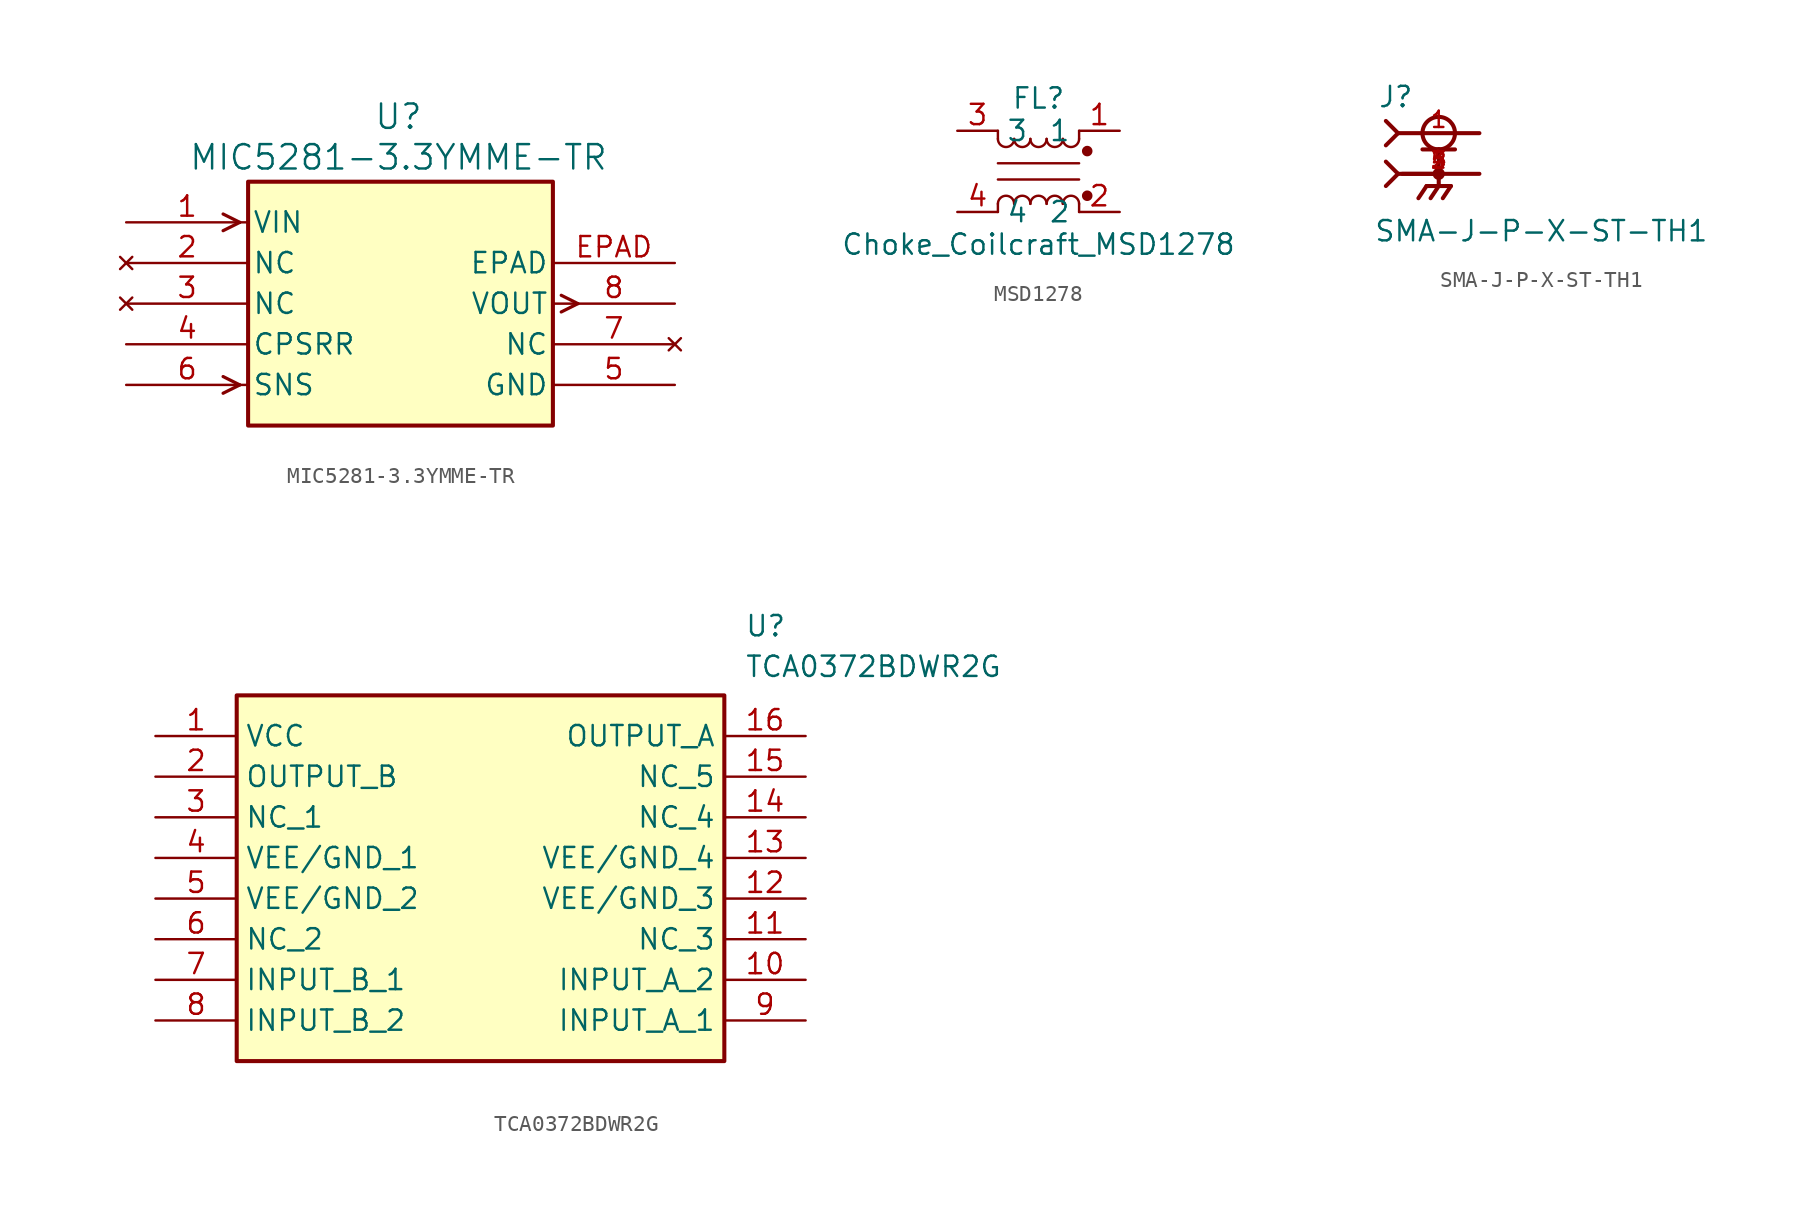
<source format=kicad_sym>
(kicad_symbol_lib
  (version 20241209)
  (generator "kicad_symbol_editor")
  (generator_version "9.0")
  (symbol "MIC5281-3.3YMME-TR"
    (pin_names
      (offset 0.254))
    (property "Reference" "U"
      (at 29.718 20.574 0)
      (effects (font (size 1.524 1.524))))
    (property "Value" "MIC5281-3.3YMME-TR"
      (at 29.718 18.034 0)
      (effects (font (size 1.524 1.524))))
    (symbol "MIC5281-3.3YMME-TR_0_1"
      (polyline (pts (xy 19.799 13.97) (xy 18.758 14.491)) (stroke (width 0.203) (type default)) (fill (type none)))
      (polyline (pts (xy 19.799 13.97) (xy 18.758 13.449)) (stroke (width 0.203) (type default)) (fill (type none)))
      (polyline (pts (xy 19.799 3.81) (xy 18.758 4.331)) (stroke (width 0.203) (type default)) (fill (type none)))
      (polyline (pts (xy 19.799 3.81) (xy 18.758 3.289)) (stroke (width 0.203) (type default)) (fill (type none)))
      (polyline (pts (xy 39.891 9.411) (xy 40.932 8.89)) (stroke (width 0.203) (type default)) (fill (type none)))
      (polyline (pts (xy 39.891 8.369) (xy 40.932 8.89)) (stroke (width 0.203) (type default)) (fill (type none)))
      (pin no_connect line (at 12.7 11.43 0) (length 7.62) (name "NC" (effects (font (size 1.27 1.27)))) (number "2" (effects (font (size 1.27 1.27)))))
      (pin no_connect line (at 12.7 8.89 0) (length 7.62) (name "NC" (effects (font (size 1.27 1.27)))) (number "3" (effects (font (size 1.27 1.27)))))
      (pin unspecified line (at 12.7 6.35 0) (length 7.62) (name "CPSRR" (effects (font (size 1.27 1.27)))) (number "4" (effects (font (size 1.27 1.27)))))
      (pin input line (at 12.7 3.81 0) (length 7.62) (name "SNS" (effects (font (size 1.27 1.27)))) (number "6" (effects (font (size 1.27 1.27)))))
      (pin unspecified line (at 46.99 11.43 180) (length 7.62) (name "EPAD" (effects (font (size 1.27 1.27)))) (number "EPAD" (effects (font (size 1.27 1.27)))))
      (pin no_connect line (at 46.99 6.35 180) (length 7.62) (name "NC" (effects (font (size 1.27 1.27)))) (number "7" (effects (font (size 1.27 1.27)))))
      (pin power_in line (at 46.99 3.81 180) (length 7.62) (name "GND" (effects (font (size 1.27 1.27)))) (number "5" (effects (font (size 1.27 1.27))))))
    (symbol "MIC5281-3.3YMME-TR_1_1"
      (rectangle (start 20.32 16.51) (end 39.37 1.27) (stroke (width 0.254) (type solid)) (fill (type background)))
      (pin input line (at 12.7 13.97 0) (length 7.62) (name "VIN" (effects (font (size 1.27 1.27)))) (number "1" (effects (font (size 1.27 1.27)))))
      (pin power_out line (at 46.99 8.89 180) (length 7.62) (name "VOUT" (effects (font (size 1.27 1.27)))) (number "8" (effects (font (size 1.27 1.27)))))))
  (symbol "MSD1278"
    (property "Reference" "FL"
      (at 0 4.572 0)
      (effects (font (size 1.27 1.27))))
    (property "Value" "Choke_Coilcraft_MSD1278"
      (at 0 -4.572 0)
      (effects (font (size 1.27 1.27))))
    (symbol "MSD1278_0_1"
      (polyline (pts (xy -2.54 2.032) (xy -2.54 2.54)) (stroke (width 0) (type default)) (fill (type none)))
      (polyline (pts (xy -2.54 0.508) (xy 2.54 0.508)) (stroke (width 0) (type default)) (fill (type none)))
      (polyline (pts (xy -2.54 -2.54) (xy -2.54 -2.032)) (stroke (width 0) (type default)) (fill (type none)))
      (arc (start -1.524 2.032) (mid -2.032 1.5262) (end -2.54 2.032) (stroke (width 0) (type default)) (fill (type none)))
      (arc (start -2.54 -2.032) (mid -2.032 -1.5262) (end -1.524 -2.032) (stroke (width 0) (type default)) (fill (type none)))
      (arc (start -0.508 2.032) (mid -1.016 1.5262) (end -1.524 2.032) (stroke (width 0) (type default)) (fill (type none)))
      (arc (start -1.524 -2.032) (mid -1.016 -1.5262) (end -0.508 -2.032) (stroke (width 0) (type default)) (fill (type none)))
      (arc (start 0.508 2.032) (mid 0 1.5262) (end -0.508 2.032) (stroke (width 0) (type default)) (fill (type none)))
      (arc (start -0.508 -2.032) (mid 0 -1.5262) (end 0.508 -2.032) (stroke (width 0) (type default)) (fill (type none)))
      (arc (start 1.524 2.032) (mid 1.016 1.5262) (end 0.508 2.032) (stroke (width 0) (type default)) (fill (type none)))
      (arc (start 0.508 -2.032) (mid 1.016 -1.5262) (end 1.524 -2.032) (stroke (width 0) (type default)) (fill (type none)))
      (arc (start 2.54 2.032) (mid 2.032 1.5262) (end 1.524 2.032) (stroke (width 0) (type default)) (fill (type none)))
      (arc (start 1.524 -2.032) (mid 2.032 -1.5262) (end 2.54 -2.032) (stroke (width 0) (type default)) (fill (type none)))
      (polyline (pts (xy 2.54 2.032) (xy 2.54 2.54)) (stroke (width 0) (type default)) (fill (type none)))
      (polyline (pts (xy 2.54 -0.508) (xy -2.54 -0.508)) (stroke (width 0) (type default)) (fill (type none)))
      (polyline (pts (xy 2.54 -2.032) (xy 2.54 -2.54)) (stroke (width 0) (type default)) (fill (type none)))
      (circle (center 3.048 1.27) (radius 0.254) (stroke (width 0) (type default)) (fill (type outline)))
      (circle (center 3.048 -1.524) (radius 0.254) (stroke (width 0) (type default)) (fill (type outline))))
    (symbol "MSD1278_1_1"
      (pin passive line (at -5.08 2.54 0) (length 2.54) (name "3" (effects (font (size 1.27 1.27)))) (number "3" (effects (font (size 1.27 1.27)))))
      (pin passive line (at -5.08 -2.54 0) (length 2.54) (name "4" (effects (font (size 1.27 1.27)))) (number "4" (effects (font (size 1.27 1.27)))))
      (pin passive line (at 5.08 2.54 180) (length 2.54) (name "1" (effects (font (size 1.27 1.27)))) (number "1" (effects (font (size 1.27 1.27)))))
      (pin passive line (at 5.08 -2.54 180) (length 2.54) (name "2" (effects (font (size 1.27 1.27)))) (number "2" (effects (font (size 1.27 1.27)))))))
  (symbol "SMA-J-P-X-ST-TH1"
    (pin_names
      (offset 1.016))
    (property "Reference" "J"
      (at -3.81 4.064 0)
      (effects (font (size 1.27 1.27)) (justify left bottom)))
    (property "Value" "SMA-J-P-X-ST-TH1"
      (at -4.064 -4.318 0)
      (effects (font (size 1.27 1.27)) (justify left bottom)))
    (symbol "SMA-J-P-X-ST-TH1_0_0"
      (polyline (pts (xy -3.302 3.302) (xy -2.54 2.54)) (stroke (width 0.254) (type default)) (fill (type none)))
      (polyline (pts (xy -3.302 1.778) (xy -2.54 2.54)) (stroke (width 0.254) (type default)) (fill (type none)))
      (polyline (pts (xy -3.302 0.762) (xy -2.54 0)) (stroke (width 0.254) (type default)) (fill (type none)))
      (polyline (pts (xy -3.302 -0.762) (xy -2.54 0)) (stroke (width 0.254) (type default)) (fill (type none)))
      (polyline (pts (xy -2.54 2.54) (xy 2.54 2.54)) (stroke (width 0.254) (type default)) (fill (type none)))
      (polyline (pts (xy -2.54 0) (xy 0 0)) (stroke (width 0.254) (type default)) (fill (type none)))
      (polyline (pts (xy -1.016 1.524) (xy 0 1.524)) (stroke (width 0.254) (type default)) (fill (type none)))
      (polyline (pts (xy -0.762 -0.762) (xy -1.27 -1.524)) (stroke (width 0.254) (type default)) (fill (type none)))
      (circle (center 0 2.54) (radius 1.016) (stroke (width 0.254) (type default)) (fill (type none)))
      (polyline (pts (xy 0 1.524) (xy 0 0)) (stroke (width 0.254) (type default)) (fill (type none)))
      (polyline (pts (xy 0 1.524) (xy 1.016 1.524)) (stroke (width 0.254) (type default)) (fill (type none)))
      (polyline (pts (xy 0 0) (xy -2.286 0)) (stroke (width 0.254) (type default)) (fill (type none)))
      (polyline (pts (xy 0 0) (xy 0 -0.762)) (stroke (width 0.254) (type default)) (fill (type none)))
      (circle (center 0 0) (radius 0.254) (stroke (width 0.254) (type default)) (fill (type none)))
      (polyline (pts (xy 0 -0.762) (xy -0.762 -0.762)) (stroke (width 0.254) (type default)) (fill (type none)))
      (polyline (pts (xy 0 -0.762) (xy -0.508 -1.524)) (stroke (width 0.254) (type default)) (fill (type none)))
      (polyline (pts (xy 0 -0.762) (xy 0.762 -0.762)) (stroke (width 0.254) (type default)) (fill (type none)))
      (polyline (pts (xy 0.762 -0.762) (xy 0.254 -1.524)) (stroke (width 0.254) (type default)) (fill (type none)))
      (polyline (pts (xy 2.54 0) (xy 0 0)) (stroke (width 0.254) (type default)) (fill (type none)))
      (pin passive line (at 2.54 2.54 180) (length 5.08) (name "~" (effects (font (size 1.016 1.016)))) (number "1" (effects (font (size 1.016 1.016)))))
      (pin passive line (at 2.54 0 180) (length 5.08) (name "~" (effects (font (size 1.016 1.016)))) (number "2" (effects (font (size 1.016 1.016)))))
      (pin passive line (at 2.54 0 180) (length 5.08) (name "~" (effects (font (size 1.016 1.016)))) (number "3" (effects (font (size 1.016 1.016)))))
      (pin passive line (at 2.54 0 180) (length 5.08) (name "~" (effects (font (size 1.016 1.016)))) (number "4" (effects (font (size 1.016 1.016)))))
      (pin passive line (at 2.54 0 180) (length 5.08) (name "~" (effects (font (size 1.016 1.016)))) (number "5" (effects (font (size 1.016 1.016)))))))
  (symbol "TCA0372BDWR2G"
    (property "Reference" "U"
      (at 36.83 7.62 0)
      (effects (font (size 1.27 1.27)) (justify left top)))
    (property "Value" "TCA0372BDWR2G"
      (at 36.83 5.08 0)
      (effects (font (size 1.27 1.27)) (justify left top)))
    (symbol "TCA0372BDWR2G_1_1"
      (rectangle (start 5.08 2.54) (end 35.56 -20.32) (stroke (width 0.254) (type default)) (fill (type background)))
      (pin passive line (at 0 0 0) (length 5.08) (name "VCC" (effects (font (size 1.27 1.27)))) (number "1" (effects (font (size 1.27 1.27)))))
      (pin passive line (at 0 -2.54 0) (length 5.08) (name "OUTPUT_B" (effects (font (size 1.27 1.27)))) (number "2" (effects (font (size 1.27 1.27)))))
      (pin passive line (at 0 -5.08 0) (length 5.08) (name "NC_1" (effects (font (size 1.27 1.27)))) (number "3" (effects (font (size 1.27 1.27)))))
      (pin passive line (at 0 -7.62 0) (length 5.08) (name "VEE/GND_1" (effects (font (size 1.27 1.27)))) (number "4" (effects (font (size 1.27 1.27)))))
      (pin passive line (at 0 -10.16 0) (length 5.08) (name "VEE/GND_2" (effects (font (size 1.27 1.27)))) (number "5" (effects (font (size 1.27 1.27)))))
      (pin passive line (at 0 -12.7 0) (length 5.08) (name "NC_2" (effects (font (size 1.27 1.27)))) (number "6" (effects (font (size 1.27 1.27)))))
      (pin passive line (at 0 -15.24 0) (length 5.08) (name "INPUT_B_1" (effects (font (size 1.27 1.27)))) (number "7" (effects (font (size 1.27 1.27)))))
      (pin passive line (at 0 -17.78 0) (length 5.08) (name "INPUT_B_2" (effects (font (size 1.27 1.27)))) (number "8" (effects (font (size 1.27 1.27)))))
      (pin passive line (at 40.64 0 180) (length 5.08) (name "OUTPUT_A" (effects (font (size 1.27 1.27)))) (number "16" (effects (font (size 1.27 1.27)))))
      (pin passive line (at 40.64 -2.54 180) (length 5.08) (name "NC_5" (effects (font (size 1.27 1.27)))) (number "15" (effects (font (size 1.27 1.27)))))
      (pin passive line (at 40.64 -5.08 180) (length 5.08) (name "NC_4" (effects (font (size 1.27 1.27)))) (number "14" (effects (font (size 1.27 1.27)))))
      (pin passive line (at 40.64 -7.62 180) (length 5.08) (name "VEE/GND_4" (effects (font (size 1.27 1.27)))) (number "13" (effects (font (size 1.27 1.27)))))
      (pin passive line (at 40.64 -10.16 180) (length 5.08) (name "VEE/GND_3" (effects (font (size 1.27 1.27)))) (number "12" (effects (font (size 1.27 1.27)))))
      (pin passive line (at 40.64 -12.7 180) (length 5.08) (name "NC_3" (effects (font (size 1.27 1.27)))) (number "11" (effects (font (size 1.27 1.27)))))
      (pin passive line (at 40.64 -15.24 180) (length 5.08) (name "INPUT_A_2" (effects (font (size 1.27 1.27)))) (number "10" (effects (font (size 1.27 1.27)))))
      (pin passive line (at 40.64 -17.78 180) (length 5.08) (name "INPUT_A_1" (effects (font (size 1.27 1.27)))) (number "9" (effects (font (size 1.27 1.27))))))))
</source>
